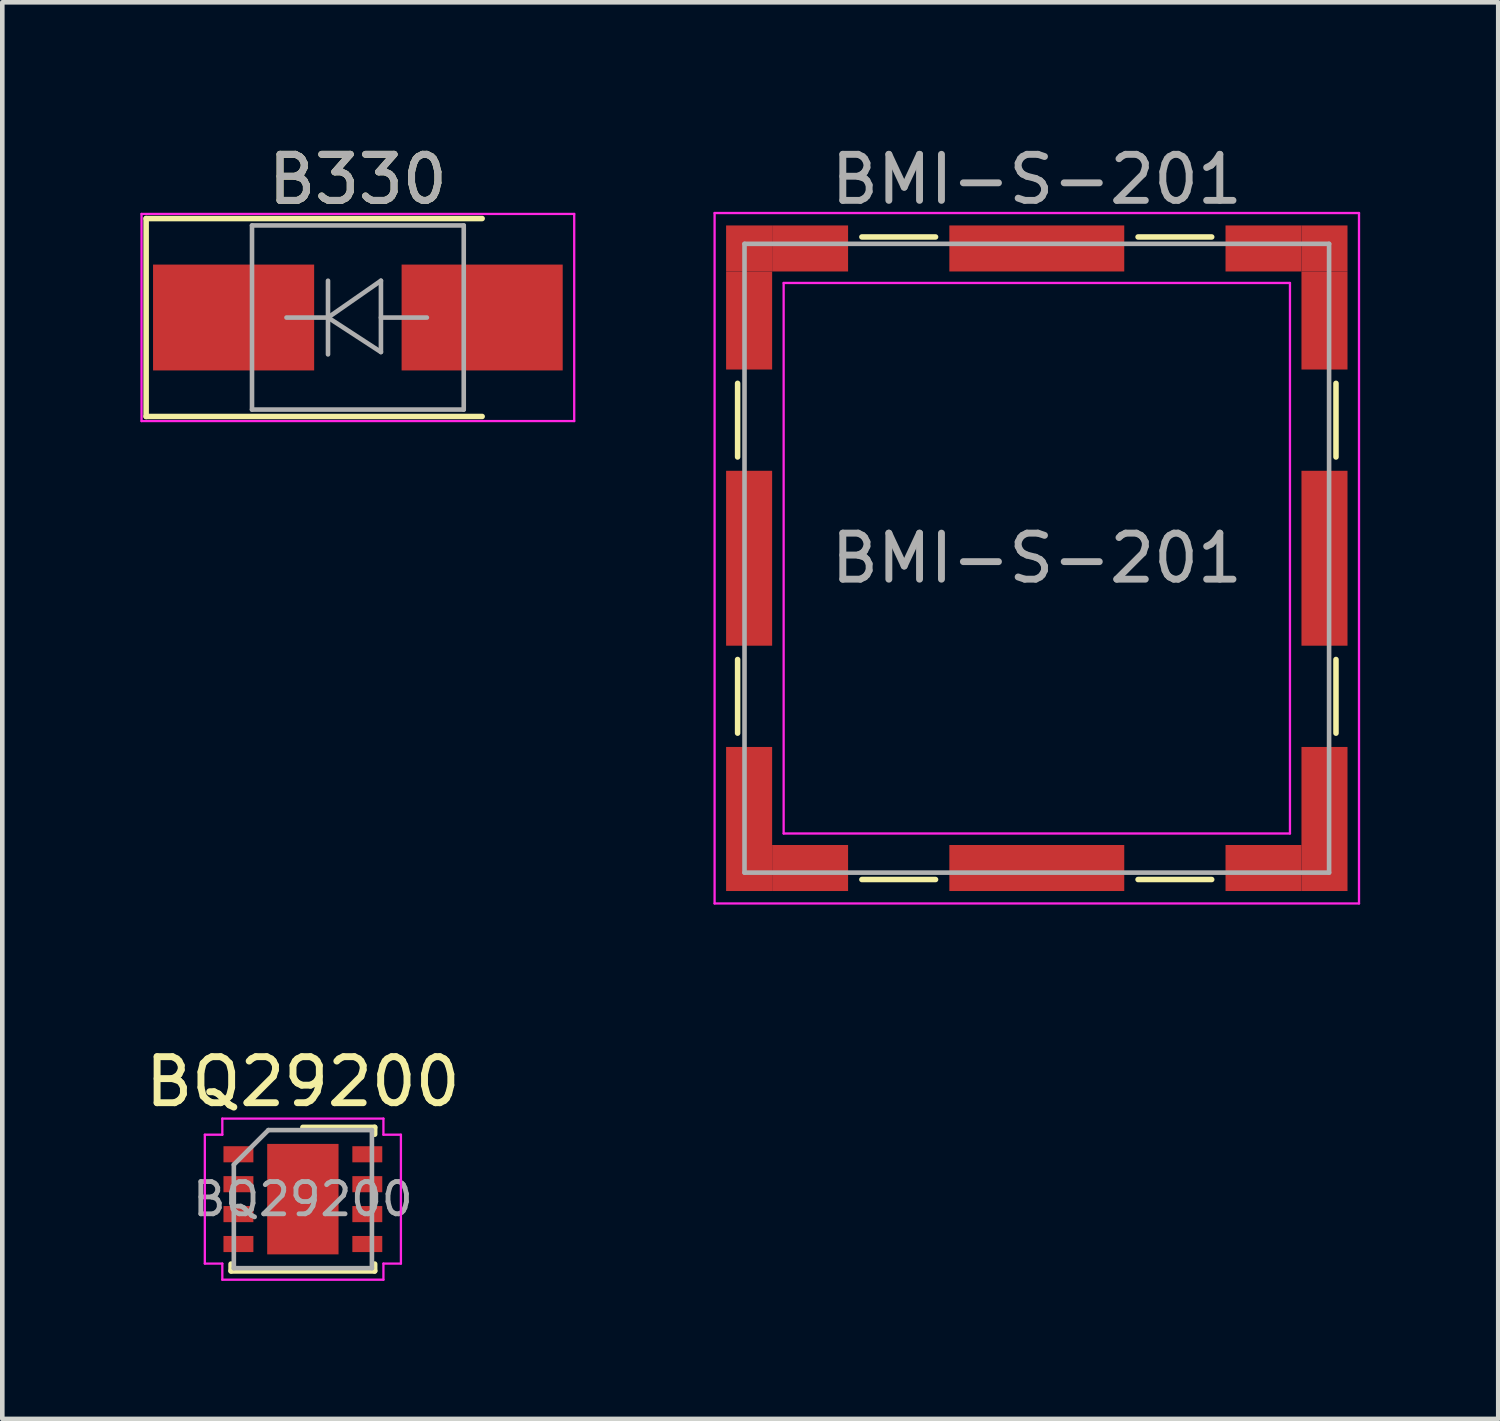
<source format=kicad_pcb>
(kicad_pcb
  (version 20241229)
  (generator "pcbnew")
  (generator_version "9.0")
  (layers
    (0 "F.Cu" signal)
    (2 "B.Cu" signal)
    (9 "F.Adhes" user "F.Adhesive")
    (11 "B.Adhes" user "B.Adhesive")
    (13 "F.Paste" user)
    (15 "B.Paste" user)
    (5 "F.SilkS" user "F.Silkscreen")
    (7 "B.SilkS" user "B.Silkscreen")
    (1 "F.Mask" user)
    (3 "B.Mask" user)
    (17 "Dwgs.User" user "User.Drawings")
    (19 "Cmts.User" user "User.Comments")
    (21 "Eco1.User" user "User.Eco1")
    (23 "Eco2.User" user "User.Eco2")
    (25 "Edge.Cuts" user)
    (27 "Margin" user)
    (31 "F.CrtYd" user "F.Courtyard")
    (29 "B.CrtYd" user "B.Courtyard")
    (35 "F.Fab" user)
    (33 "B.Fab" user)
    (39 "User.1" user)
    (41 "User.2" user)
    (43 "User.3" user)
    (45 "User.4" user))
  (footprint "BQ29200"
    (layer "F.Cu")
    (at 3.53 23.002)
    (property "Reference" "BQ29200" (at 0 -2.55 0) (layer "F.SilkS") (effects (font (size 1 1) (thickness 0.15))))
    (attr smd)
    (fp_line (start -1.56 1.56) (end -1.56 1.41) (stroke (width 0.12) (type solid)) (layer "F.SilkS"))
    (fp_line (start -1.56 1.56) (end 1.56 1.56) (stroke (width 0.12) (type solid)) (layer "F.SilkS"))
    (fp_line (start 0 -1.56) (end 1.56 -1.56) (stroke (width 0.12) (type solid)) (layer "F.SilkS"))
    (fp_line (start 1.56 -1.56) (end 1.56 -1.41) (stroke (width 0.12) (type solid)) (layer "F.SilkS"))
    (fp_line (start 1.56 1.56) (end 1.56 1.41) (stroke (width 0.12) (type solid)) (layer "F.SilkS"))
    (fp_line (start -2.13 -1.4) (end -2.13 1.4) (stroke (width 0.05) (type solid)) (layer "F.CrtYd"))
    (fp_line (start -1.75 -1.75) (end -1.75 -1.4) (stroke (width 0.05) (type solid)) (layer "F.CrtYd"))
    (fp_line (start -1.75 -1.75) (end 1.75 -1.75) (stroke (width 0.05) (type solid)) (layer "F.CrtYd"))
    (fp_line (start -1.75 -1.4) (end -2.13 -1.4) (stroke (width 0.05) (type solid)) (layer "F.CrtYd"))
    (fp_line (start -1.75 1.4) (end -2.13 1.4) (stroke (width 0.05) (type solid)) (layer "F.CrtYd"))
    (fp_line (start -1.75 1.75) (end -1.75 1.4) (stroke (width 0.05) (type solid)) (layer "F.CrtYd"))
    (fp_line (start -1.75 1.75) (end 1.75 1.75) (stroke (width 0.05) (type solid)) (layer "F.CrtYd"))
    (fp_line (start 1.75 -1.75) (end 1.75 -1.4) (stroke (width 0.05) (type solid)) (layer "F.CrtYd"))
    (fp_line (start 1.75 -1.4) (end 2.13 -1.4) (stroke (width 0.05) (type solid)) (layer "F.CrtYd"))
    (fp_line (start 1.75 1.4) (end 2.13 1.4) (stroke (width 0.05) (type solid)) (layer "F.CrtYd"))
    (fp_line (start 1.75 1.75) (end 1.75 1.4) (stroke (width 0.05) (type solid)) (layer "F.CrtYd"))
    (fp_line (start 2.13 -1.4) (end 2.13 1.4) (stroke (width 0.05) (type solid)) (layer "F.CrtYd"))
    (fp_line (start -1.5 -0.75) (end -0.75 -1.5) (stroke (width 0.1) (type solid)) (layer "F.Fab"))
    (fp_line (start -1.5 1.5) (end -1.5 -0.75) (stroke (width 0.1) (type solid)) (layer "F.Fab"))
    (fp_line (start -0.75 -1.5) (end 1.5 -1.5) (stroke (width 0.1) (type solid)) (layer "F.Fab"))
    (fp_line (start 1.5 -1.5) (end 1.5 1.5) (stroke (width 0.1) (type solid)) (layer "F.Fab"))
    (fp_line (start 1.5 1.5) (end -1.5 1.5) (stroke (width 0.1) (type solid)) (layer "F.Fab"))
    (fp_text user "${REFERENCE}" (at 0 0 0) (layer "F.Fab") (effects (font (size 0.7 0.7) (thickness 0.105))))
    (pad "" smd rect (at -0.388 -0.6) (size 0.6 1) (layers "F.Paste"))
    (pad "" smd rect (at -0.388 0.6) (size 0.6 1) (layers "F.Paste"))
    (pad "" smd rect (at 0.388 -0.6) (size 0.6 1) (layers "F.Paste"))
    (pad "" smd rect (at 0.388 0.6) (size 0.6 1) (layers "F.Paste"))
    (pad "1" smd rect (at -1.4 -0.975) (size 0.65 0.35) (layers "F.Cu" "F.Mask" "F.Paste"))
    (pad "2" smd rect (at -1.4 -0.325) (size 0.65 0.35) (layers "F.Cu" "F.Mask" "F.Paste"))
    (pad "3" smd rect (at -1.4 0.325) (size 0.65 0.35) (layers "F.Cu" "F.Mask" "F.Paste"))
    (pad "4" smd rect (at -1.4 0.975) (size 0.65 0.35) (layers "F.Cu" "F.Mask" "F.Paste"))
    (pad "5" smd rect (at 1.4 0.975) (size 0.65 0.35) (layers "F.Cu" "F.Mask" "F.Paste"))
    (pad "6" smd rect (at 1.4 0.325) (size 0.65 0.35) (layers "F.Cu" "F.Mask" "F.Paste"))
    (pad "7" smd rect (at 1.4 -0.325) (size 0.65 0.35) (layers "F.Cu" "F.Mask" "F.Paste"))
    (pad "8" smd rect (at 1.4 -0.975) (size 0.65 0.35) (layers "F.Cu" "F.Mask" "F.Paste"))
    (pad "9" smd rect (at 0 0) (size 1.55 2.4) (layers "F.Cu" "F.Mask")))
  (footprint "B330"
    (layer "F.Cu")
    (at 4.725 3.848)
    (property "Reference" "B330" (at 0 -3 0) (layer "F.SilkS") (effects (font (size 1 1) (thickness 0.15))))
    (attr smd)
    (fp_line (start -4.6 -2.15) (end -4.6 2.15) (stroke (width 0.12) (type solid)) (layer "F.SilkS"))
    (fp_line (start -4.6 -2.15) (end 2.7 -2.15) (stroke (width 0.12) (type solid)) (layer "F.SilkS"))
    (fp_line (start -4.6 2.15) (end 2.7 2.15) (stroke (width 0.12) (type solid)) (layer "F.SilkS"))
    (fp_line (start -4.7 -2.25) (end 4.7 -2.25) (stroke (width 0.05) (type solid)) (layer "F.CrtYd"))
    (fp_line (start -4.7 2.25) (end -4.7 -2.25) (stroke (width 0.05) (type solid)) (layer "F.CrtYd"))
    (fp_line (start 4.7 -2.25) (end 4.7 2.25) (stroke (width 0.05) (type solid)) (layer "F.CrtYd"))
    (fp_line (start 4.7 2.25) (end -4.7 2.25) (stroke (width 0.05) (type solid)) (layer "F.CrtYd"))
    (fp_line (start -2.3 2) (end -2.3 -2) (stroke (width 0.1) (type solid)) (layer "F.Fab"))
    (fp_line (start -0.649 -0.799) (end -0.649 0.801) (stroke (width 0.1) (type solid)) (layer "F.Fab"))
    (fp_line (start -0.649 0.001) (end -1.551 0.001) (stroke (width 0.1) (type solid)) (layer "F.Fab"))
    (fp_line (start -0.649 0.001) (end 0.501 -0.799) (stroke (width 0.1) (type solid)) (layer "F.Fab"))
    (fp_line (start -0.649 0.001) (end 0.501 0.75) (stroke (width 0.1) (type solid)) (layer "F.Fab"))
    (fp_line (start 0.501 0.001) (end 1.499 0.001) (stroke (width 0.1) (type solid)) (layer "F.Fab"))
    (fp_line (start 0.501 0.75) (end 0.501 -0.799) (stroke (width 0.1) (type solid)) (layer "F.Fab"))
    (fp_line (start 2.3 -2) (end -2.3 -2) (stroke (width 0.1) (type solid)) (layer "F.Fab"))
    (fp_line (start 2.3 -2) (end 2.3 2) (stroke (width 0.1) (type solid)) (layer "F.Fab"))
    (fp_line (start 2.3 2) (end -2.3 2) (stroke (width 0.1) (type solid)) (layer "F.Fab"))
    (fp_text user "${REFERENCE}" (at 0 -3 0) (layer "F.Fab") (effects (font (size 1 1) (thickness 0.15))))
    (pad "1" smd rect (at -2.7 0) (size 3.5 2.3) (layers "F.Cu" "F.Mask" "F.Paste"))
    (pad "2" smd rect (at 2.7 0) (size 3.5 2.3) (layers "F.Cu" "F.Mask" "F.Paste")))
  (footprint "BMI-S-201"
    (layer "F.Cu")
    (at 19.475 9.078)
    (property "Reference" "BMI-S-201" (at 0 -8.23 0) (layer "F.Fab") (effects (font (size 1 1) (thickness 0.15))))
    (attr smd)
    (fp_line (start -6.5 -3.8) (end -6.5 -2.2) (stroke (width 0.12) (type solid)) (layer "F.SilkS"))
    (fp_line (start -6.5 2.2) (end -6.5 3.8) (stroke (width 0.12) (type solid)) (layer "F.SilkS"))
    (fp_line (start -3.8 -6.98) (end -2.2 -6.98) (stroke (width 0.12) (type solid)) (layer "F.SilkS"))
    (fp_line (start -3.8 6.98) (end -2.2 6.98) (stroke (width 0.12) (type solid)) (layer "F.SilkS"))
    (fp_line (start 2.2 -6.98) (end 3.8 -6.98) (stroke (width 0.12) (type solid)) (layer "F.SilkS"))
    (fp_line (start 2.2 6.98) (end 3.8 6.98) (stroke (width 0.12) (type solid)) (layer "F.SilkS"))
    (fp_line (start 6.5 -3.8) (end 6.5 -2.2) (stroke (width 0.12) (type solid)) (layer "F.SilkS"))
    (fp_line (start 6.5 2.2) (end 6.5 3.8) (stroke (width 0.12) (type solid)) (layer "F.SilkS"))
    (fp_line (start -7 -7.5) (end -7 7.5) (stroke (width 0.05) (type solid)) (layer "F.CrtYd"))
    (fp_line (start -7 7.5) (end 7 7.5) (stroke (width 0.05) (type solid)) (layer "F.CrtYd"))
    (fp_line (start -5.5 -5.98) (end -5.5 5.98) (stroke (width 0.05) (type solid)) (layer "F.CrtYd"))
    (fp_line (start 5.5 -5.98) (end -5.5 -5.98) (stroke (width 0.05) (type solid)) (layer "F.CrtYd"))
    (fp_line (start 5.5 -5.98) (end 5.5 5.98) (stroke (width 0.05) (type solid)) (layer "F.CrtYd"))
    (fp_line (start 5.5 5.98) (end -5.5 5.98) (stroke (width 0.05) (type solid)) (layer "F.CrtYd"))
    (fp_line (start 7 -7.5) (end -7 -7.5) (stroke (width 0.05) (type solid)) (layer "F.CrtYd"))
    (fp_line (start 7 7.5) (end 7 -7.5) (stroke (width 0.05) (type solid)) (layer "F.CrtYd"))
    (fp_line (start -6.35 -6.83) (end -6.35 6.83) (stroke (width 0.1) (type solid)) (layer "F.Fab"))
    (fp_line (start -6.35 6.83) (end 6.35 6.83) (stroke (width 0.1) (type solid)) (layer "F.Fab"))
    (fp_line (start 6.35 -6.83) (end -6.35 -6.83) (stroke (width 0.1) (type solid)) (layer "F.Fab"))
    (fp_line (start 6.35 6.83) (end 6.35 -6.83) (stroke (width 0.1) (type solid)) (layer "F.Fab"))
    (fp_text user "${REFERENCE}" (at 0 0 0) (layer "F.Fab") (effects (font (size 1 1) (thickness 0.15))))
    (pad "1" smd rect (at -6.25 -6.73) (size 1 1) (layers "F.Cu" "F.Mask" "F.Paste"))
    (pad "1" smd rect (at -6.25 -5.165) (size 1 2.13) (layers "F.Cu" "F.Mask" "F.Paste"))
    (pad "1" smd rect (at -6.25 0) (size 1 3.8) (layers "F.Cu" "F.Mask" "F.Paste"))
    (pad "1" smd rect (at -6.25 5.165) (size 1 2.13) (layers "F.Cu" "F.Mask" "F.Paste"))
    (pad "1" smd rect (at -6.25 6.73) (size 1 1) (layers "F.Cu" "F.Mask" "F.Paste"))
    (pad "1" smd rect (at -4.925 -6.73) (size 1.65 1) (layers "F.Cu" "F.Mask" "F.Paste"))
    (pad "1" smd rect (at -4.925 6.73) (size 1.65 1) (layers "F.Cu" "F.Mask" "F.Paste"))
    (pad "1" smd rect (at 0 -6.73) (size 3.8 1) (layers "F.Cu" "F.Mask" "F.Paste"))
    (pad "1" smd rect (at 0 6.73) (size 3.8 1) (layers "F.Cu" "F.Mask" "F.Paste"))
    (pad "1" smd rect (at 4.925 -6.73) (size 1.65 1) (layers "F.Cu" "F.Mask" "F.Paste"))
    (pad "1" smd rect (at 4.925 6.73) (size 1.65 1) (layers "F.Cu" "F.Mask" "F.Paste"))
    (pad "1" smd rect (at 6.25 -6.73) (size 1 1) (layers "F.Cu" "F.Mask" "F.Paste"))
    (pad "1" smd rect (at 6.25 -5.165) (size 1 2.13) (layers "F.Cu" "F.Mask" "F.Paste"))
    (pad "1" smd rect (at 6.25 0) (size 1 3.8) (layers "F.Cu" "F.Mask" "F.Paste"))
    (pad "1" smd rect (at 6.25 5.165) (size 1 2.13) (layers "F.Cu" "F.Mask" "F.Paste"))
    (pad "1" smd rect (at 6.25 6.73) (size 1 1) (layers "F.Cu" "F.Mask" "F.Paste")))
  (gr_rect
    (start -3 -3)
    (end 29.5 27.776)
    (stroke (width 0.1) (type default))
    (fill no)
    (layer "Edge.Cuts")))
</source>
